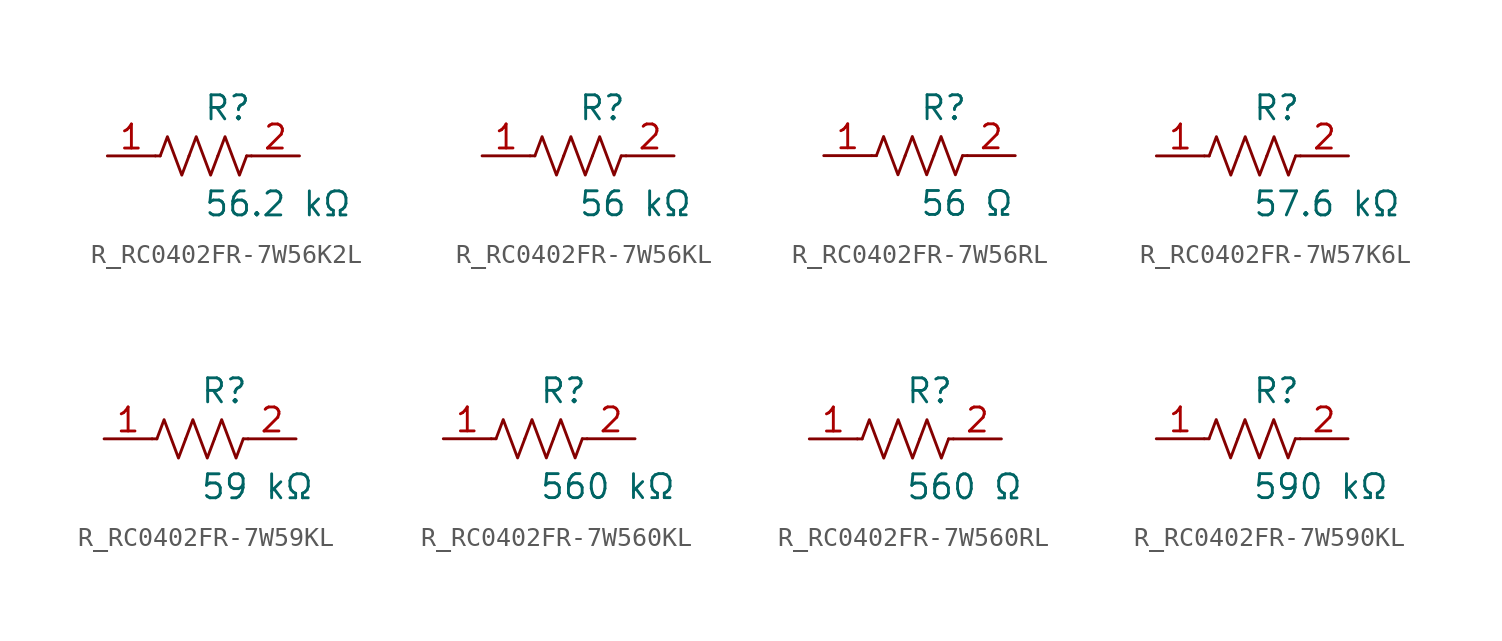
<source format=kicad_sym>
(kicad_symbol_lib
  (version 20231120)
  (generator kicad_symbol_editor)
  (generator_version 8.0)
  (symbol "R_RC0402FR-7W56K2L"
    (pin_names
      (offset 0.254))
    (property "Reference" "R"
      (at 0 2.54 0)
      (effects (font (size 1.27 1.27)) (justify left)))
    (property "Value" "56.2 kΩ"
      (at 0 -2.54 0)
      (effects (font (size 1.27 1.27)) (justify left)))
    (symbol "R_RC0402FR-7W56K2L_0_1"
      (polyline (pts (xy 2.286 0) (xy 2.54 0)) (stroke (width 0) (type default)) (fill (type none)))
      (polyline (pts (xy -2.286 0) (xy -2.54 0)) (stroke (width 0) (type default)) (fill (type none)))
      (polyline (pts (xy 0.762 0) (xy 1.143 1.016) (xy 1.524 0) (xy 1.905 -1.016) (xy 2.286 0)) (stroke (width 0) (type default)) (fill (type none)))
      (polyline (pts (xy -0.762 0) (xy -0.381 1.016) (xy 0 0) (xy 0.381 -1.016) (xy 0.762 0)) (stroke (width 0) (type default)) (fill (type none)))
      (polyline (pts (xy -2.286 0) (xy -1.905 1.016) (xy -1.524 0) (xy -1.143 -1.016) (xy -0.762 0)) (stroke (width 0) (type default)) (fill (type none))))
    (pin passive line
      (at -5.08 0 0)
      (length 2.54)
      (name "" (effects (font (size 1.27 1.27))))
      (number "1" (effects (font (size 1.27 1.27)))))
    (pin passive line
      (at 5.08 0 180)
      (length 2.54)
      (name "" (effects (font (size 1.27 1.27))))
      (number "2" (effects (font (size 1.27 1.27))))))
  (symbol "R_RC0402FR-7W56KL"
    (pin_names
      (offset 0.254))
    (property "Reference" "R"
      (at 0 2.54 0)
      (effects (font (size 1.27 1.27)) (justify left)))
    (property "Value" "56 kΩ"
      (at 0 -2.54 0)
      (effects (font (size 1.27 1.27)) (justify left)))
    (symbol "R_RC0402FR-7W56KL_0_1"
      (polyline (pts (xy 2.286 0) (xy 2.54 0)) (stroke (width 0) (type default)) (fill (type none)))
      (polyline (pts (xy -2.286 0) (xy -2.54 0)) (stroke (width 0) (type default)) (fill (type none)))
      (polyline (pts (xy 0.762 0) (xy 1.143 1.016) (xy 1.524 0) (xy 1.905 -1.016) (xy 2.286 0)) (stroke (width 0) (type default)) (fill (type none)))
      (polyline (pts (xy -0.762 0) (xy -0.381 1.016) (xy 0 0) (xy 0.381 -1.016) (xy 0.762 0)) (stroke (width 0) (type default)) (fill (type none)))
      (polyline (pts (xy -2.286 0) (xy -1.905 1.016) (xy -1.524 0) (xy -1.143 -1.016) (xy -0.762 0)) (stroke (width 0) (type default)) (fill (type none))))
    (pin passive line
      (at -5.08 0 0)
      (length 2.54)
      (name "" (effects (font (size 1.27 1.27))))
      (number "1" (effects (font (size 1.27 1.27)))))
    (pin passive line
      (at 5.08 0 180)
      (length 2.54)
      (name "" (effects (font (size 1.27 1.27))))
      (number "2" (effects (font (size 1.27 1.27))))))
  (symbol "R_RC0402FR-7W56RL"
    (pin_names
      (offset 0.254))
    (property "Reference" "R"
      (at 0 2.54 0)
      (effects (font (size 1.27 1.27)) (justify left)))
    (property "Value" "56 Ω"
      (at 0 -2.54 0)
      (effects (font (size 1.27 1.27)) (justify left)))
    (symbol "R_RC0402FR-7W56RL_0_1"
      (polyline (pts (xy 2.286 0) (xy 2.54 0)) (stroke (width 0) (type default)) (fill (type none)))
      (polyline (pts (xy -2.286 0) (xy -2.54 0)) (stroke (width 0) (type default)) (fill (type none)))
      (polyline (pts (xy 0.762 0) (xy 1.143 1.016) (xy 1.524 0) (xy 1.905 -1.016) (xy 2.286 0)) (stroke (width 0) (type default)) (fill (type none)))
      (polyline (pts (xy -0.762 0) (xy -0.381 1.016) (xy 0 0) (xy 0.381 -1.016) (xy 0.762 0)) (stroke (width 0) (type default)) (fill (type none)))
      (polyline (pts (xy -2.286 0) (xy -1.905 1.016) (xy -1.524 0) (xy -1.143 -1.016) (xy -0.762 0)) (stroke (width 0) (type default)) (fill (type none))))
    (pin passive line
      (at -5.08 0 0)
      (length 2.54)
      (name "" (effects (font (size 1.27 1.27))))
      (number "1" (effects (font (size 1.27 1.27)))))
    (pin passive line
      (at 5.08 0 180)
      (length 2.54)
      (name "" (effects (font (size 1.27 1.27))))
      (number "2" (effects (font (size 1.27 1.27))))))
  (symbol "R_RC0402FR-7W57K6L"
    (pin_names
      (offset 0.254))
    (property "Reference" "R"
      (at 0 2.54 0)
      (effects (font (size 1.27 1.27)) (justify left)))
    (property "Value" "57.6 kΩ"
      (at 0 -2.54 0)
      (effects (font (size 1.27 1.27)) (justify left)))
    (symbol "R_RC0402FR-7W57K6L_0_1"
      (polyline (pts (xy 2.286 0) (xy 2.54 0)) (stroke (width 0) (type default)) (fill (type none)))
      (polyline (pts (xy -2.286 0) (xy -2.54 0)) (stroke (width 0) (type default)) (fill (type none)))
      (polyline (pts (xy 0.762 0) (xy 1.143 1.016) (xy 1.524 0) (xy 1.905 -1.016) (xy 2.286 0)) (stroke (width 0) (type default)) (fill (type none)))
      (polyline (pts (xy -0.762 0) (xy -0.381 1.016) (xy 0 0) (xy 0.381 -1.016) (xy 0.762 0)) (stroke (width 0) (type default)) (fill (type none)))
      (polyline (pts (xy -2.286 0) (xy -1.905 1.016) (xy -1.524 0) (xy -1.143 -1.016) (xy -0.762 0)) (stroke (width 0) (type default)) (fill (type none))))
    (pin passive line
      (at -5.08 0 0)
      (length 2.54)
      (name "" (effects (font (size 1.27 1.27))))
      (number "1" (effects (font (size 1.27 1.27)))))
    (pin passive line
      (at 5.08 0 180)
      (length 2.54)
      (name "" (effects (font (size 1.27 1.27))))
      (number "2" (effects (font (size 1.27 1.27))))))
  (symbol "R_RC0402FR-7W59KL"
    (pin_names
      (offset 0.254))
    (property "Reference" "R"
      (at 0 2.54 0)
      (effects (font (size 1.27 1.27)) (justify left)))
    (property "Value" "59 kΩ"
      (at 0 -2.54 0)
      (effects (font (size 1.27 1.27)) (justify left)))
    (symbol "R_RC0402FR-7W59KL_0_1"
      (polyline (pts (xy 2.286 0) (xy 2.54 0)) (stroke (width 0) (type default)) (fill (type none)))
      (polyline (pts (xy -2.286 0) (xy -2.54 0)) (stroke (width 0) (type default)) (fill (type none)))
      (polyline (pts (xy 0.762 0) (xy 1.143 1.016) (xy 1.524 0) (xy 1.905 -1.016) (xy 2.286 0)) (stroke (width 0) (type default)) (fill (type none)))
      (polyline (pts (xy -0.762 0) (xy -0.381 1.016) (xy 0 0) (xy 0.381 -1.016) (xy 0.762 0)) (stroke (width 0) (type default)) (fill (type none)))
      (polyline (pts (xy -2.286 0) (xy -1.905 1.016) (xy -1.524 0) (xy -1.143 -1.016) (xy -0.762 0)) (stroke (width 0) (type default)) (fill (type none))))
    (pin passive line
      (at -5.08 0 0)
      (length 2.54)
      (name "" (effects (font (size 1.27 1.27))))
      (number "1" (effects (font (size 1.27 1.27)))))
    (pin passive line
      (at 5.08 0 180)
      (length 2.54)
      (name "" (effects (font (size 1.27 1.27))))
      (number "2" (effects (font (size 1.27 1.27))))))
  (symbol "R_RC0402FR-7W560KL"
    (pin_names
      (offset 0.254))
    (property "Reference" "R"
      (at 0 2.54 0)
      (effects (font (size 1.27 1.27)) (justify left)))
    (property "Value" "560 kΩ"
      (at 0 -2.54 0)
      (effects (font (size 1.27 1.27)) (justify left)))
    (symbol "R_RC0402FR-7W560KL_0_1"
      (polyline (pts (xy 2.286 0) (xy 2.54 0)) (stroke (width 0) (type default)) (fill (type none)))
      (polyline (pts (xy -2.286 0) (xy -2.54 0)) (stroke (width 0) (type default)) (fill (type none)))
      (polyline (pts (xy 0.762 0) (xy 1.143 1.016) (xy 1.524 0) (xy 1.905 -1.016) (xy 2.286 0)) (stroke (width 0) (type default)) (fill (type none)))
      (polyline (pts (xy -0.762 0) (xy -0.381 1.016) (xy 0 0) (xy 0.381 -1.016) (xy 0.762 0)) (stroke (width 0) (type default)) (fill (type none)))
      (polyline (pts (xy -2.286 0) (xy -1.905 1.016) (xy -1.524 0) (xy -1.143 -1.016) (xy -0.762 0)) (stroke (width 0) (type default)) (fill (type none))))
    (pin passive line
      (at -5.08 0 0)
      (length 2.54)
      (name "" (effects (font (size 1.27 1.27))))
      (number "1" (effects (font (size 1.27 1.27)))))
    (pin passive line
      (at 5.08 0 180)
      (length 2.54)
      (name "" (effects (font (size 1.27 1.27))))
      (number "2" (effects (font (size 1.27 1.27))))))
  (symbol "R_RC0402FR-7W560RL"
    (pin_names
      (offset 0.254))
    (property "Reference" "R"
      (at 0 2.54 0)
      (effects (font (size 1.27 1.27)) (justify left)))
    (property "Value" "560 Ω"
      (at 0 -2.54 0)
      (effects (font (size 1.27 1.27)) (justify left)))
    (symbol "R_RC0402FR-7W560RL_0_1"
      (polyline (pts (xy 2.286 0) (xy 2.54 0)) (stroke (width 0) (type default)) (fill (type none)))
      (polyline (pts (xy -2.286 0) (xy -2.54 0)) (stroke (width 0) (type default)) (fill (type none)))
      (polyline (pts (xy 0.762 0) (xy 1.143 1.016) (xy 1.524 0) (xy 1.905 -1.016) (xy 2.286 0)) (stroke (width 0) (type default)) (fill (type none)))
      (polyline (pts (xy -0.762 0) (xy -0.381 1.016) (xy 0 0) (xy 0.381 -1.016) (xy 0.762 0)) (stroke (width 0) (type default)) (fill (type none)))
      (polyline (pts (xy -2.286 0) (xy -1.905 1.016) (xy -1.524 0) (xy -1.143 -1.016) (xy -0.762 0)) (stroke (width 0) (type default)) (fill (type none))))
    (pin passive line
      (at -5.08 0 0)
      (length 2.54)
      (name "" (effects (font (size 1.27 1.27))))
      (number "1" (effects (font (size 1.27 1.27)))))
    (pin passive line
      (at 5.08 0 180)
      (length 2.54)
      (name "" (effects (font (size 1.27 1.27))))
      (number "2" (effects (font (size 1.27 1.27))))))
  (symbol "R_RC0402FR-7W590KL"
    (pin_names
      (offset 0.254))
    (property "Reference" "R"
      (at 0 2.54 0)
      (effects (font (size 1.27 1.27)) (justify left)))
    (property "Value" "590 kΩ"
      (at 0 -2.54 0)
      (effects (font (size 1.27 1.27)) (justify left)))
    (symbol "R_RC0402FR-7W590KL_0_1"
      (polyline (pts (xy 2.286 0) (xy 2.54 0)) (stroke (width 0) (type default)) (fill (type none)))
      (polyline (pts (xy -2.286 0) (xy -2.54 0)) (stroke (width 0) (type default)) (fill (type none)))
      (polyline (pts (xy 0.762 0) (xy 1.143 1.016) (xy 1.524 0) (xy 1.905 -1.016) (xy 2.286 0)) (stroke (width 0) (type default)) (fill (type none)))
      (polyline (pts (xy -0.762 0) (xy -0.381 1.016) (xy 0 0) (xy 0.381 -1.016) (xy 0.762 0)) (stroke (width 0) (type default)) (fill (type none)))
      (polyline (pts (xy -2.286 0) (xy -1.905 1.016) (xy -1.524 0) (xy -1.143 -1.016) (xy -0.762 0)) (stroke (width 0) (type default)) (fill (type none))))
    (pin passive line
      (at -5.08 0 0)
      (length 2.54)
      (name "" (effects (font (size 1.27 1.27))))
      (number "1" (effects (font (size 1.27 1.27)))))
    (pin passive line
      (at 5.08 0 180)
      (length 2.54)
      (name "" (effects (font (size 1.27 1.27))))
      (number "2" (effects (font (size 1.27 1.27)))))))
</source>
